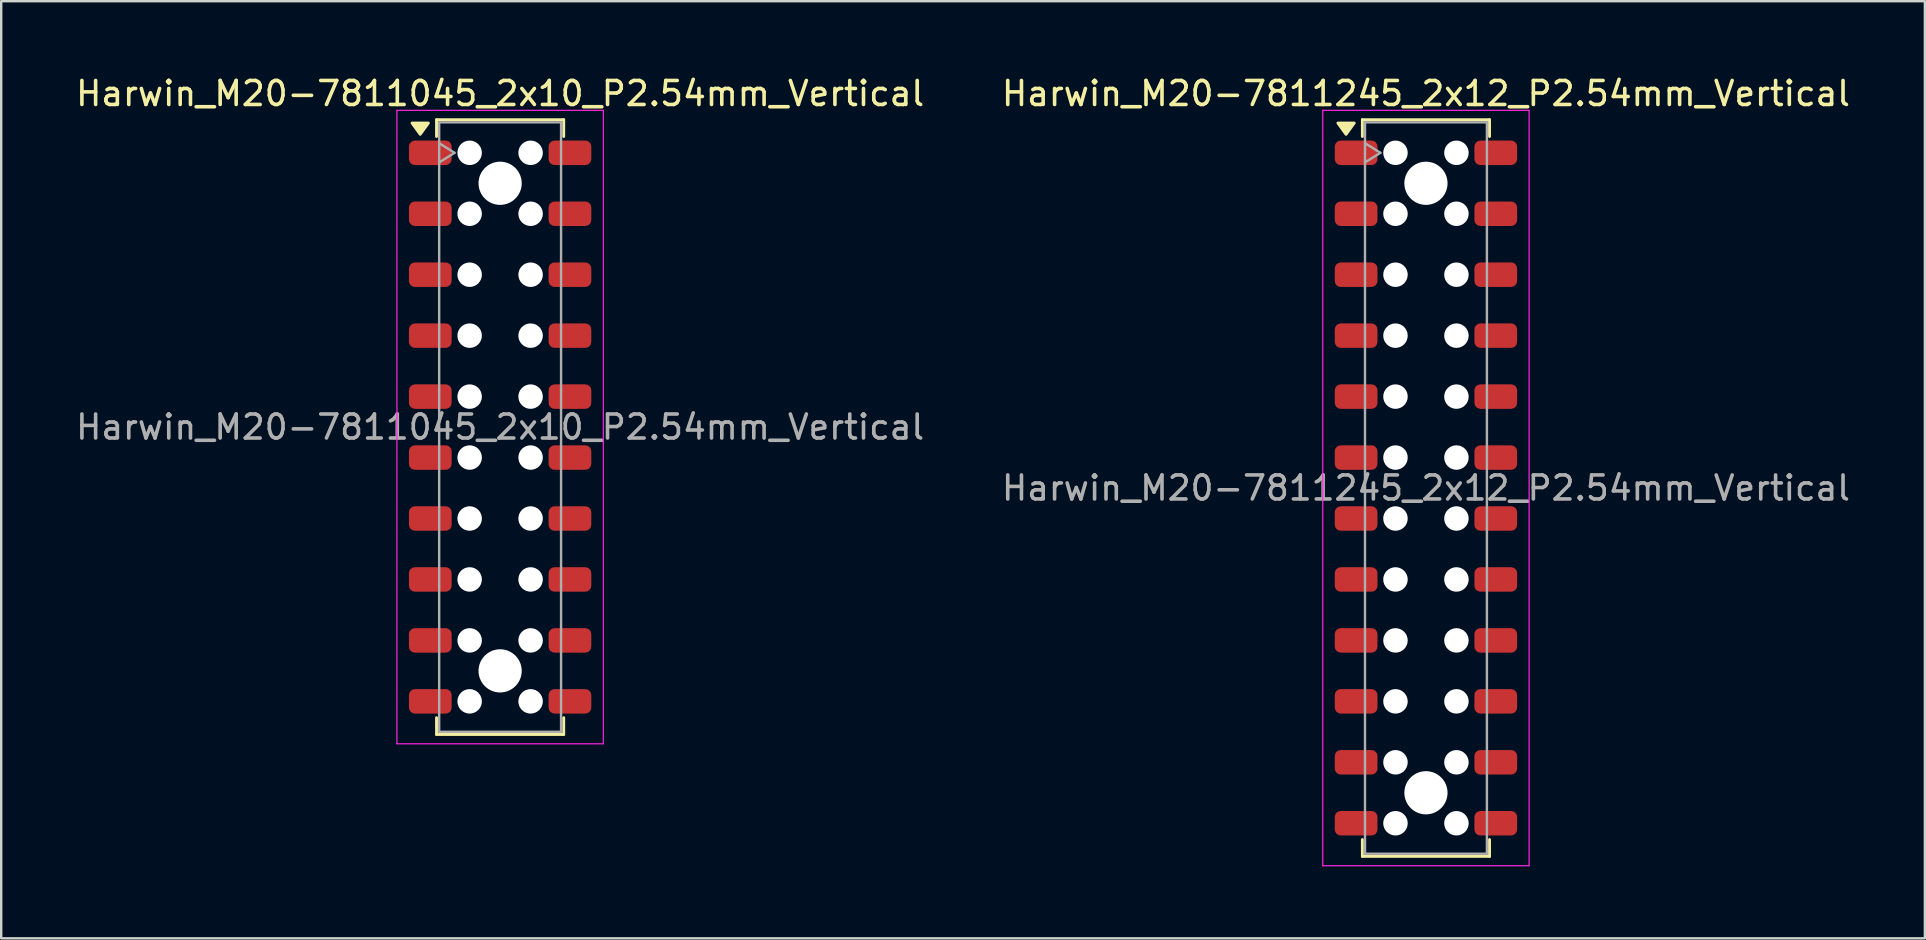
<source format=kicad_pcb>
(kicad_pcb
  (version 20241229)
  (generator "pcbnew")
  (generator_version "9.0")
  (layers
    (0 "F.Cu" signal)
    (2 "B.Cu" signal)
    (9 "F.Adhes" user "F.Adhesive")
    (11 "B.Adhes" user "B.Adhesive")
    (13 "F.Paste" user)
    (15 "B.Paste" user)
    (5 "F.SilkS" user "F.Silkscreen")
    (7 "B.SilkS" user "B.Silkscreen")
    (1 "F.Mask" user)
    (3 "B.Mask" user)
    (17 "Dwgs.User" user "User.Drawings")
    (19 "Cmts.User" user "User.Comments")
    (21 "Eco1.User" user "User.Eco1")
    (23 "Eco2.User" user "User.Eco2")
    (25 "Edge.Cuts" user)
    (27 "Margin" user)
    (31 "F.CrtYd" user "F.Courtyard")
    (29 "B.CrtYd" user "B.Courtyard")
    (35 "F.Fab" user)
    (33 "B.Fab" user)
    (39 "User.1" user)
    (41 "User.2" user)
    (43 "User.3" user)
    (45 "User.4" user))
  (footprint "Harwin_M20-7811245_2x12_P2.54mm_Vertical"
    (layer "F.Cu")
    (at 56.375 17.288)
    (property "Reference" "Harwin_M20-7811245_2x12_P2.54mm_Vertical" (at 0 -16.44 0) (layer "F.SilkS") (effects (font (size 1 1) (thickness 0.15))))
    (attr smd)
    (fp_line (start -2.65 -15.35) (end 2.65 -15.35) (stroke (width 0.12) (type solid)) (layer "F.SilkS"))
    (fp_line (start -2.65 -14.65) (end -2.65 -15.35) (stroke (width 0.12) (type solid)) (layer "F.SilkS"))
    (fp_line (start -2.65 14.65) (end -2.65 15.35) (stroke (width 0.12) (type solid)) (layer "F.SilkS"))
    (fp_line (start -2.65 15.35) (end 2.65 15.35) (stroke (width 0.12) (type solid)) (layer "F.SilkS"))
    (fp_line (start 2.65 -15.35) (end 2.65 -14.65) (stroke (width 0.12) (type solid)) (layer "F.SilkS"))
    (fp_line (start 2.65 15.35) (end 2.65 14.65) (stroke (width 0.12) (type solid)) (layer "F.SilkS"))
    (fp_poly (pts (xy -3.33 -14.74) (xy -3.67 -15.21) (xy -2.99 -15.21)) (stroke (width 0.12) (type solid)) (fill yes) (layer "F.SilkS"))
    (fp_line (start -4.3 -15.74) (end 4.3 -15.74) (stroke (width 0.05) (type solid)) (layer "F.CrtYd"))
    (fp_line (start -4.3 15.74) (end -4.3 -15.74) (stroke (width 0.05) (type solid)) (layer "F.CrtYd"))
    (fp_line (start 4.3 -15.74) (end 4.3 15.74) (stroke (width 0.05) (type solid)) (layer "F.CrtYd"))
    (fp_line (start 4.3 15.74) (end -4.3 15.74) (stroke (width 0.05) (type solid)) (layer "F.CrtYd"))
    (fp_line (start -2.54 -15.24) (end 2.54 -15.24) (stroke (width 0.1) (type solid)) (layer "F.Fab"))
    (fp_line (start -2.54 -14.37) (end -1.9 -13.97) (stroke (width 0.1) (type solid)) (layer "F.Fab"))
    (fp_line (start -2.54 15.24) (end -2.54 -15.24) (stroke (width 0.1) (type solid)) (layer "F.Fab"))
    (fp_line (start -1.9 -13.97) (end -2.54 -13.57) (stroke (width 0.1) (type solid)) (layer "F.Fab"))
    (fp_line (start 2.54 -15.24) (end 2.54 15.24) (stroke (width 0.1) (type solid)) (layer "F.Fab"))
    (fp_line (start 2.54 15.24) (end -2.54 15.24) (stroke (width 0.1) (type solid)) (layer "F.Fab"))
    (fp_text user "${REFERENCE}" (at 0 0 0) (layer "F.Fab") (effects (font (size 1 1) (thickness 0.15))))
    (pad "" np_thru_hole circle (at -1.27 -13.97) (size 1.02 1.02) (drill 1.02) (layers "*.Cu" "*.Mask"))
    (pad "" np_thru_hole circle (at -1.27 -11.43) (size 1.02 1.02) (drill 1.02) (layers "*.Cu" "*.Mask"))
    (pad "" np_thru_hole circle (at -1.27 -8.89) (size 1.02 1.02) (drill 1.02) (layers "*.Cu" "*.Mask"))
    (pad "" np_thru_hole circle (at -1.27 -6.35) (size 1.02 1.02) (drill 1.02) (layers "*.Cu" "*.Mask"))
    (pad "" np_thru_hole circle (at -1.27 -3.81) (size 1.02 1.02) (drill 1.02) (layers "*.Cu" "*.Mask"))
    (pad "" np_thru_hole circle (at -1.27 -1.27) (size 1.02 1.02) (drill 1.02) (layers "*.Cu" "*.Mask"))
    (pad "" np_thru_hole circle (at -1.27 1.27) (size 1.02 1.02) (drill 1.02) (layers "*.Cu" "*.Mask"))
    (pad "" np_thru_hole circle (at -1.27 3.81) (size 1.02 1.02) (drill 1.02) (layers "*.Cu" "*.Mask"))
    (pad "" np_thru_hole circle (at -1.27 6.35) (size 1.02 1.02) (drill 1.02) (layers "*.Cu" "*.Mask"))
    (pad "" np_thru_hole circle (at -1.27 8.89) (size 1.02 1.02) (drill 1.02) (layers "*.Cu" "*.Mask"))
    (pad "" np_thru_hole circle (at -1.27 11.43) (size 1.02 1.02) (drill 1.02) (layers "*.Cu" "*.Mask"))
    (pad "" np_thru_hole circle (at -1.27 13.97) (size 1.02 1.02) (drill 1.02) (layers "*.Cu" "*.Mask"))
    (pad "" np_thru_hole circle (at 0 -12.7) (size 1.8 1.8) (drill 1.8) (layers "*.Cu" "*.Mask"))
    (pad "" np_thru_hole circle (at 0 12.7) (size 1.8 1.8) (drill 1.8) (layers "*.Cu" "*.Mask"))
    (pad "" np_thru_hole circle (at 1.27 -13.97) (size 1.02 1.02) (drill 1.02) (layers "*.Cu" "*.Mask"))
    (pad "" np_thru_hole circle (at 1.27 -11.43) (size 1.02 1.02) (drill 1.02) (layers "*.Cu" "*.Mask"))
    (pad "" np_thru_hole circle (at 1.27 -8.89) (size 1.02 1.02) (drill 1.02) (layers "*.Cu" "*.Mask"))
    (pad "" np_thru_hole circle (at 1.27 -6.35) (size 1.02 1.02) (drill 1.02) (layers "*.Cu" "*.Mask"))
    (pad "" np_thru_hole circle (at 1.27 -3.81) (size 1.02 1.02) (drill 1.02) (layers "*.Cu" "*.Mask"))
    (pad "" np_thru_hole circle (at 1.27 -1.27) (size 1.02 1.02) (drill 1.02) (layers "*.Cu" "*.Mask"))
    (pad "" np_thru_hole circle (at 1.27 1.27) (size 1.02 1.02) (drill 1.02) (layers "*.Cu" "*.Mask"))
    (pad "" np_thru_hole circle (at 1.27 3.81) (size 1.02 1.02) (drill 1.02) (layers "*.Cu" "*.Mask"))
    (pad "" np_thru_hole circle (at 1.27 6.35) (size 1.02 1.02) (drill 1.02) (layers "*.Cu" "*.Mask"))
    (pad "" np_thru_hole circle (at 1.27 8.89) (size 1.02 1.02) (drill 1.02) (layers "*.Cu" "*.Mask"))
    (pad "" np_thru_hole circle (at 1.27 11.43) (size 1.02 1.02) (drill 1.02) (layers "*.Cu" "*.Mask"))
    (pad "" np_thru_hole circle (at 1.27 13.97) (size 1.02 1.02) (drill 1.02) (layers "*.Cu" "*.Mask"))
    (pad "1" smd roundrect (at -2.91 -13.97) (size 1.78 1.02) (layers "F.Cu" "F.Mask" "F.Paste") (roundrect_rratio 0.245))
    (pad "2" smd roundrect (at -2.91 -11.43) (size 1.78 1.02) (layers "F.Cu" "F.Mask" "F.Paste") (roundrect_rratio 0.245))
    (pad "3" smd roundrect (at -2.91 -8.89) (size 1.78 1.02) (layers "F.Cu" "F.Mask" "F.Paste") (roundrect_rratio 0.245))
    (pad "4" smd roundrect (at -2.91 -6.35) (size 1.78 1.02) (layers "F.Cu" "F.Mask" "F.Paste") (roundrect_rratio 0.245))
    (pad "5" smd roundrect (at -2.91 -3.81) (size 1.78 1.02) (layers "F.Cu" "F.Mask" "F.Paste") (roundrect_rratio 0.245))
    (pad "6" smd roundrect (at -2.91 -1.27) (size 1.78 1.02) (layers "F.Cu" "F.Mask" "F.Paste") (roundrect_rratio 0.245))
    (pad "7" smd roundrect (at -2.91 1.27) (size 1.78 1.02) (layers "F.Cu" "F.Mask" "F.Paste") (roundrect_rratio 0.245))
    (pad "8" smd roundrect (at -2.91 3.81) (size 1.78 1.02) (layers "F.Cu" "F.Mask" "F.Paste") (roundrect_rratio 0.245))
    (pad "9" smd roundrect (at -2.91 6.35) (size 1.78 1.02) (layers "F.Cu" "F.Mask" "F.Paste") (roundrect_rratio 0.245))
    (pad "10" smd roundrect (at -2.91 8.89) (size 1.78 1.02) (layers "F.Cu" "F.Mask" "F.Paste") (roundrect_rratio 0.245))
    (pad "11" smd roundrect (at -2.91 11.43) (size 1.78 1.02) (layers "F.Cu" "F.Mask" "F.Paste") (roundrect_rratio 0.245))
    (pad "12" smd roundrect (at -2.91 13.97) (size 1.78 1.02) (layers "F.Cu" "F.Mask" "F.Paste") (roundrect_rratio 0.245))
    (pad "13" smd roundrect (at 2.91 -13.97) (size 1.78 1.02) (layers "F.Cu" "F.Mask" "F.Paste") (roundrect_rratio 0.245))
    (pad "14" smd roundrect (at 2.91 -11.43) (size 1.78 1.02) (layers "F.Cu" "F.Mask" "F.Paste") (roundrect_rratio 0.245))
    (pad "15" smd roundrect (at 2.91 -8.89) (size 1.78 1.02) (layers "F.Cu" "F.Mask" "F.Paste") (roundrect_rratio 0.245))
    (pad "16" smd roundrect (at 2.91 -6.35) (size 1.78 1.02) (layers "F.Cu" "F.Mask" "F.Paste") (roundrect_rratio 0.245))
    (pad "17" smd roundrect (at 2.91 -3.81) (size 1.78 1.02) (layers "F.Cu" "F.Mask" "F.Paste") (roundrect_rratio 0.245))
    (pad "18" smd roundrect (at 2.91 -1.27) (size 1.78 1.02) (layers "F.Cu" "F.Mask" "F.Paste") (roundrect_rratio 0.245))
    (pad "19" smd roundrect (at 2.91 1.27) (size 1.78 1.02) (layers "F.Cu" "F.Mask" "F.Paste") (roundrect_rratio 0.245))
    (pad "20" smd roundrect (at 2.91 3.81) (size 1.78 1.02) (layers "F.Cu" "F.Mask" "F.Paste") (roundrect_rratio 0.245))
    (pad "21" smd roundrect (at 2.91 6.35) (size 1.78 1.02) (layers "F.Cu" "F.Mask" "F.Paste") (roundrect_rratio 0.245))
    (pad "22" smd roundrect (at 2.91 8.89) (size 1.78 1.02) (layers "F.Cu" "F.Mask" "F.Paste") (roundrect_rratio 0.245))
    (pad "23" smd roundrect (at 2.91 11.43) (size 1.78 1.02) (layers "F.Cu" "F.Mask" "F.Paste") (roundrect_rratio 0.245))
    (pad "24" smd roundrect (at 2.91 13.97) (size 1.78 1.02) (layers "F.Cu" "F.Mask" "F.Paste") (roundrect_rratio 0.245)))
  (footprint "Harwin_M20-7811045_2x10_P2.54mm_Vertical"
    (layer "F.Cu")
    (at 17.792 14.748)
    (property "Reference" "Harwin_M20-7811045_2x10_P2.54mm_Vertical" (at 0 -13.9 0) (layer "F.SilkS") (effects (font (size 1 1) (thickness 0.15))))
    (attr smd)
    (fp_line (start -2.65 -12.81) (end 2.65 -12.81) (stroke (width 0.12) (type solid)) (layer "F.SilkS"))
    (fp_line (start -2.65 -12.11) (end -2.65 -12.81) (stroke (width 0.12) (type solid)) (layer "F.SilkS"))
    (fp_line (start -2.65 12.11) (end -2.65 12.81) (stroke (width 0.12) (type solid)) (layer "F.SilkS"))
    (fp_line (start -2.65 12.81) (end 2.65 12.81) (stroke (width 0.12) (type solid)) (layer "F.SilkS"))
    (fp_line (start 2.65 -12.81) (end 2.65 -12.11) (stroke (width 0.12) (type solid)) (layer "F.SilkS"))
    (fp_line (start 2.65 12.81) (end 2.65 12.11) (stroke (width 0.12) (type solid)) (layer "F.SilkS"))
    (fp_poly (pts (xy -3.33 -12.2) (xy -3.67 -12.67) (xy -2.99 -12.67)) (stroke (width 0.12) (type solid)) (fill yes) (layer "F.SilkS"))
    (fp_line (start -4.3 -13.2) (end 4.3 -13.2) (stroke (width 0.05) (type solid)) (layer "F.CrtYd"))
    (fp_line (start -4.3 13.2) (end -4.3 -13.2) (stroke (width 0.05) (type solid)) (layer "F.CrtYd"))
    (fp_line (start 4.3 -13.2) (end 4.3 13.2) (stroke (width 0.05) (type solid)) (layer "F.CrtYd"))
    (fp_line (start 4.3 13.2) (end -4.3 13.2) (stroke (width 0.05) (type solid)) (layer "F.CrtYd"))
    (fp_line (start -2.54 -12.7) (end 2.54 -12.7) (stroke (width 0.1) (type solid)) (layer "F.Fab"))
    (fp_line (start -2.54 -11.83) (end -1.9 -11.43) (stroke (width 0.1) (type solid)) (layer "F.Fab"))
    (fp_line (start -2.54 12.7) (end -2.54 -12.7) (stroke (width 0.1) (type solid)) (layer "F.Fab"))
    (fp_line (start -1.9 -11.43) (end -2.54 -11.03) (stroke (width 0.1) (type solid)) (layer "F.Fab"))
    (fp_line (start 2.54 -12.7) (end 2.54 12.7) (stroke (width 0.1) (type solid)) (layer "F.Fab"))
    (fp_line (start 2.54 12.7) (end -2.54 12.7) (stroke (width 0.1) (type solid)) (layer "F.Fab"))
    (fp_text user "${REFERENCE}" (at 0 0 0) (layer "F.Fab") (effects (font (size 1 1) (thickness 0.15))))
    (pad "" np_thru_hole circle (at -1.27 -11.43) (size 1.02 1.02) (drill 1.02) (layers "*.Cu" "*.Mask"))
    (pad "" np_thru_hole circle (at -1.27 -8.89) (size 1.02 1.02) (drill 1.02) (layers "*.Cu" "*.Mask"))
    (pad "" np_thru_hole circle (at -1.27 -6.35) (size 1.02 1.02) (drill 1.02) (layers "*.Cu" "*.Mask"))
    (pad "" np_thru_hole circle (at -1.27 -3.81) (size 1.02 1.02) (drill 1.02) (layers "*.Cu" "*.Mask"))
    (pad "" np_thru_hole circle (at -1.27 -1.27) (size 1.02 1.02) (drill 1.02) (layers "*.Cu" "*.Mask"))
    (pad "" np_thru_hole circle (at -1.27 1.27) (size 1.02 1.02) (drill 1.02) (layers "*.Cu" "*.Mask"))
    (pad "" np_thru_hole circle (at -1.27 3.81) (size 1.02 1.02) (drill 1.02) (layers "*.Cu" "*.Mask"))
    (pad "" np_thru_hole circle (at -1.27 6.35) (size 1.02 1.02) (drill 1.02) (layers "*.Cu" "*.Mask"))
    (pad "" np_thru_hole circle (at -1.27 8.89) (size 1.02 1.02) (drill 1.02) (layers "*.Cu" "*.Mask"))
    (pad "" np_thru_hole circle (at -1.27 11.43) (size 1.02 1.02) (drill 1.02) (layers "*.Cu" "*.Mask"))
    (pad "" np_thru_hole circle (at 0 -10.16) (size 1.8 1.8) (drill 1.8) (layers "*.Cu" "*.Mask"))
    (pad "" np_thru_hole circle (at 0 10.16) (size 1.8 1.8) (drill 1.8) (layers "*.Cu" "*.Mask"))
    (pad "" np_thru_hole circle (at 1.27 -11.43) (size 1.02 1.02) (drill 1.02) (layers "*.Cu" "*.Mask"))
    (pad "" np_thru_hole circle (at 1.27 -8.89) (size 1.02 1.02) (drill 1.02) (layers "*.Cu" "*.Mask"))
    (pad "" np_thru_hole circle (at 1.27 -6.35) (size 1.02 1.02) (drill 1.02) (layers "*.Cu" "*.Mask"))
    (pad "" np_thru_hole circle (at 1.27 -3.81) (size 1.02 1.02) (drill 1.02) (layers "*.Cu" "*.Mask"))
    (pad "" np_thru_hole circle (at 1.27 -1.27) (size 1.02 1.02) (drill 1.02) (layers "*.Cu" "*.Mask"))
    (pad "" np_thru_hole circle (at 1.27 1.27) (size 1.02 1.02) (drill 1.02) (layers "*.Cu" "*.Mask"))
    (pad "" np_thru_hole circle (at 1.27 3.81) (size 1.02 1.02) (drill 1.02) (layers "*.Cu" "*.Mask"))
    (pad "" np_thru_hole circle (at 1.27 6.35) (size 1.02 1.02) (drill 1.02) (layers "*.Cu" "*.Mask"))
    (pad "" np_thru_hole circle (at 1.27 8.89) (size 1.02 1.02) (drill 1.02) (layers "*.Cu" "*.Mask"))
    (pad "" np_thru_hole circle (at 1.27 11.43) (size 1.02 1.02) (drill 1.02) (layers "*.Cu" "*.Mask"))
    (pad "1" smd roundrect (at -2.91 -11.43) (size 1.78 1.02) (layers "F.Cu" "F.Mask" "F.Paste") (roundrect_rratio 0.245))
    (pad "2" smd roundrect (at -2.91 -8.89) (size 1.78 1.02) (layers "F.Cu" "F.Mask" "F.Paste") (roundrect_rratio 0.245))
    (pad "3" smd roundrect (at -2.91 -6.35) (size 1.78 1.02) (layers "F.Cu" "F.Mask" "F.Paste") (roundrect_rratio 0.245))
    (pad "4" smd roundrect (at -2.91 -3.81) (size 1.78 1.02) (layers "F.Cu" "F.Mask" "F.Paste") (roundrect_rratio 0.245))
    (pad "5" smd roundrect (at -2.91 -1.27) (size 1.78 1.02) (layers "F.Cu" "F.Mask" "F.Paste") (roundrect_rratio 0.245))
    (pad "6" smd roundrect (at -2.91 1.27) (size 1.78 1.02) (layers "F.Cu" "F.Mask" "F.Paste") (roundrect_rratio 0.245))
    (pad "7" smd roundrect (at -2.91 3.81) (size 1.78 1.02) (layers "F.Cu" "F.Mask" "F.Paste") (roundrect_rratio 0.245))
    (pad "8" smd roundrect (at -2.91 6.35) (size 1.78 1.02) (layers "F.Cu" "F.Mask" "F.Paste") (roundrect_rratio 0.245))
    (pad "9" smd roundrect (at -2.91 8.89) (size 1.78 1.02) (layers "F.Cu" "F.Mask" "F.Paste") (roundrect_rratio 0.245))
    (pad "10" smd roundrect (at -2.91 11.43) (size 1.78 1.02) (layers "F.Cu" "F.Mask" "F.Paste") (roundrect_rratio 0.245))
    (pad "11" smd roundrect (at 2.91 -11.43) (size 1.78 1.02) (layers "F.Cu" "F.Mask" "F.Paste") (roundrect_rratio 0.245))
    (pad "12" smd roundrect (at 2.91 -8.89) (size 1.78 1.02) (layers "F.Cu" "F.Mask" "F.Paste") (roundrect_rratio 0.245))
    (pad "13" smd roundrect (at 2.91 -6.35) (size 1.78 1.02) (layers "F.Cu" "F.Mask" "F.Paste") (roundrect_rratio 0.245))
    (pad "14" smd roundrect (at 2.91 -3.81) (size 1.78 1.02) (layers "F.Cu" "F.Mask" "F.Paste") (roundrect_rratio 0.245))
    (pad "15" smd roundrect (at 2.91 -1.27) (size 1.78 1.02) (layers "F.Cu" "F.Mask" "F.Paste") (roundrect_rratio 0.245))
    (pad "16" smd roundrect (at 2.91 1.27) (size 1.78 1.02) (layers "F.Cu" "F.Mask" "F.Paste") (roundrect_rratio 0.245))
    (pad "17" smd roundrect (at 2.91 3.81) (size 1.78 1.02) (layers "F.Cu" "F.Mask" "F.Paste") (roundrect_rratio 0.245))
    (pad "18" smd roundrect (at 2.91 6.35) (size 1.78 1.02) (layers "F.Cu" "F.Mask" "F.Paste") (roundrect_rratio 0.245))
    (pad "19" smd roundrect (at 2.91 8.89) (size 1.78 1.02) (layers "F.Cu" "F.Mask" "F.Paste") (roundrect_rratio 0.245))
    (pad "20" smd roundrect (at 2.91 11.43) (size 1.78 1.02) (layers "F.Cu" "F.Mask" "F.Paste") (roundrect_rratio 0.245)))
  (gr_rect
    (start -3 -3)
    (end 77.167 36.053)
    (stroke (width 0.1) (type default))
    (fill no)
    (layer "Edge.Cuts")))
</source>
